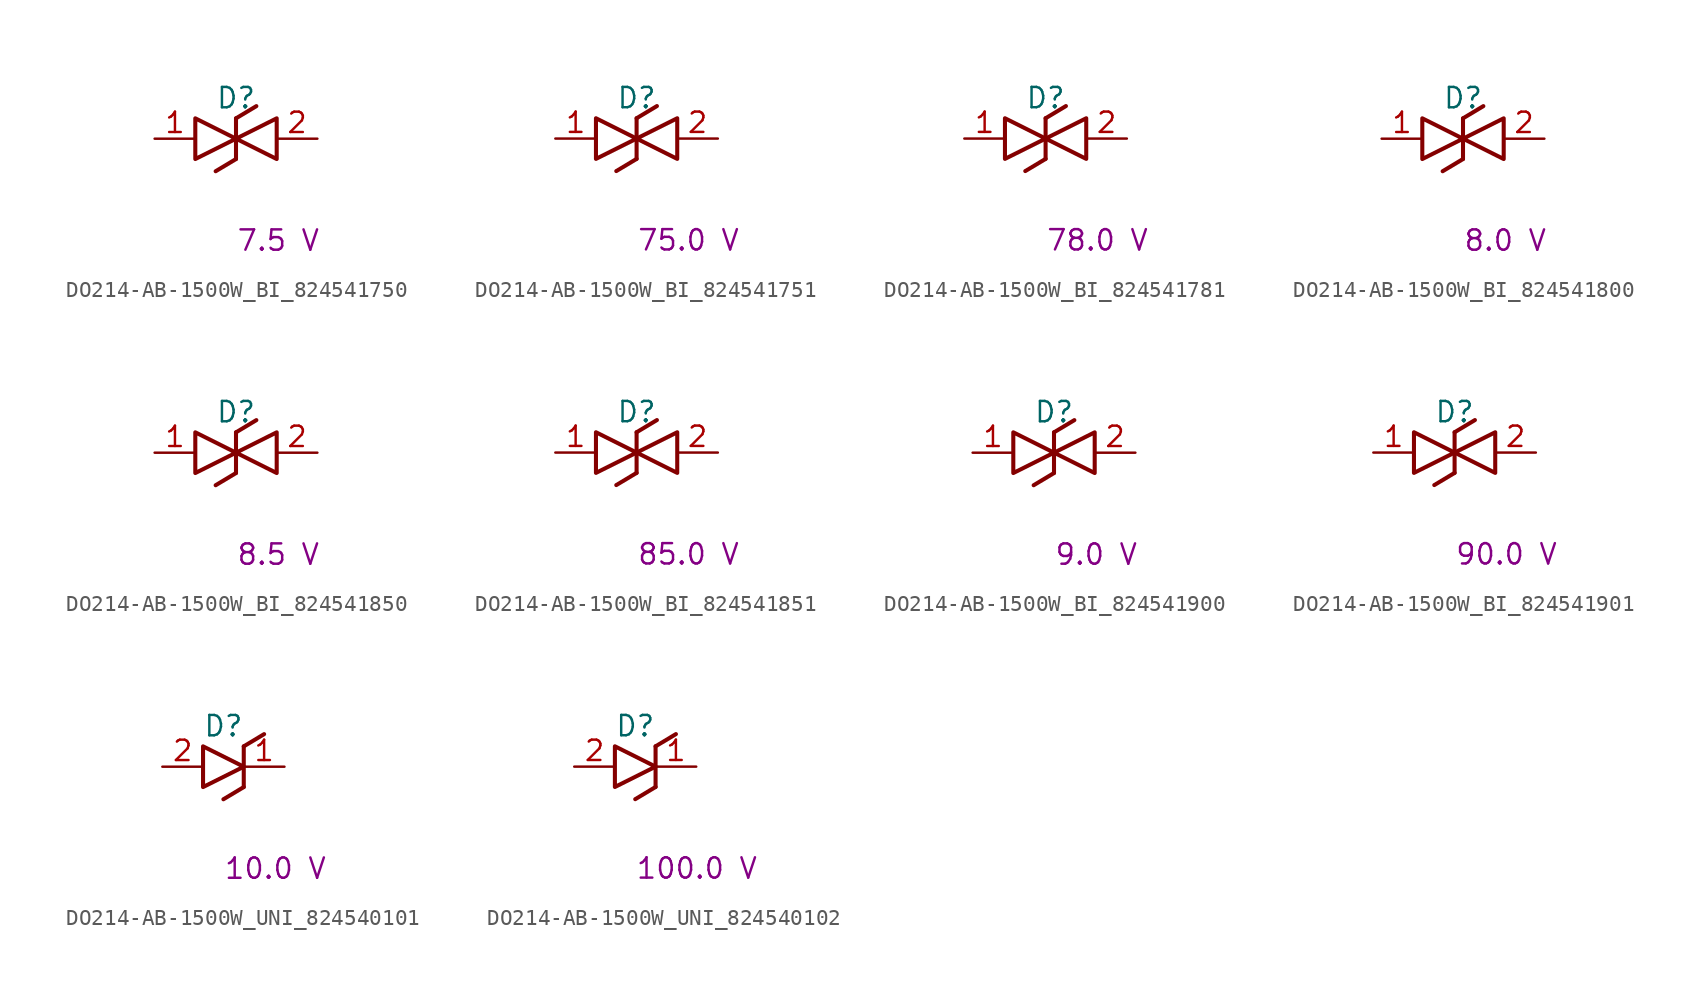
<source format=kicad_sym>
(kicad_symbol_lib
  (version 20220914)
  (generator kicad_symbol_editor)
  (symbol "DO214-AB-1500W_BI_824541750"
    (pin_names hide)
    (property "Reference" "D"
      (at 0 2.54 0)
      (effects (font (size 1.27 1.27))))
    (property "Critical Parameter" "7.5 V"
      (at 0 -6.35 0)
      (effects (font (size 1.27 1.27)) (justify left)))
    (symbol "DO214-AB-1500W_BI_824541750_0_1"
      (polyline (pts (xy -2.54 1.27) (xy -2.54 -1.27) (xy 2.54 1.27) (xy 2.54 -1.27) (xy -2.54 1.27)) (stroke (width 0.254) (type default)) (fill (type none))))
    (symbol "DO214-AB-1500W_BI_824541750_1_1"
      (polyline (pts (xy 0 -1.27) (xy -1.27 -2.032)) (stroke (width 0.254) (type default)) (fill (type none)))
      (polyline (pts (xy 0 1.27) (xy 0 -1.27)) (stroke (width 0.254) (type default)) (fill (type none)))
      (polyline (pts (xy 0 1.27) (xy 1.27 2.032)) (stroke (width 0.254) (type default)) (fill (type none)))
      (pin passive line (at -5.08 0 0) (length 2.54) (name "1" (effects (font (size 1.27 1.27)))) (number "1" (effects (font (size 1.27 1.27)))))
      (pin passive line (at 5.08 0 180) (length 2.54) (name "2" (effects (font (size 1.27 1.27)))) (number "2" (effects (font (size 1.27 1.27)))))))
  (symbol "DO214-AB-1500W_BI_824541751"
    (pin_names hide)
    (property "Reference" "D"
      (at 0 2.54 0)
      (effects (font (size 1.27 1.27))))
    (property "Critical Parameter" "75.0 V"
      (at 0 -6.35 0)
      (effects (font (size 1.27 1.27)) (justify left)))
    (symbol "DO214-AB-1500W_BI_824541751_0_1"
      (polyline (pts (xy -2.54 1.27) (xy -2.54 -1.27) (xy 2.54 1.27) (xy 2.54 -1.27) (xy -2.54 1.27)) (stroke (width 0.254) (type default)) (fill (type none))))
    (symbol "DO214-AB-1500W_BI_824541751_1_1"
      (polyline (pts (xy 0 -1.27) (xy -1.27 -2.032)) (stroke (width 0.254) (type default)) (fill (type none)))
      (polyline (pts (xy 0 1.27) (xy 0 -1.27)) (stroke (width 0.254) (type default)) (fill (type none)))
      (polyline (pts (xy 0 1.27) (xy 1.27 2.032)) (stroke (width 0.254) (type default)) (fill (type none)))
      (pin passive line (at -5.08 0 0) (length 2.54) (name "1" (effects (font (size 1.27 1.27)))) (number "1" (effects (font (size 1.27 1.27)))))
      (pin passive line (at 5.08 0 180) (length 2.54) (name "2" (effects (font (size 1.27 1.27)))) (number "2" (effects (font (size 1.27 1.27)))))))
  (symbol "DO214-AB-1500W_BI_824541781"
    (pin_names hide)
    (property "Reference" "D"
      (at 0 2.54 0)
      (effects (font (size 1.27 1.27))))
    (property "Critical Parameter" "78.0 V"
      (at 0 -6.35 0)
      (effects (font (size 1.27 1.27)) (justify left)))
    (symbol "DO214-AB-1500W_BI_824541781_0_1"
      (polyline (pts (xy -2.54 1.27) (xy -2.54 -1.27) (xy 2.54 1.27) (xy 2.54 -1.27) (xy -2.54 1.27)) (stroke (width 0.254) (type default)) (fill (type none))))
    (symbol "DO214-AB-1500W_BI_824541781_1_1"
      (polyline (pts (xy 0 -1.27) (xy -1.27 -2.032)) (stroke (width 0.254) (type default)) (fill (type none)))
      (polyline (pts (xy 0 1.27) (xy 0 -1.27)) (stroke (width 0.254) (type default)) (fill (type none)))
      (polyline (pts (xy 0 1.27) (xy 1.27 2.032)) (stroke (width 0.254) (type default)) (fill (type none)))
      (pin passive line (at -5.08 0 0) (length 2.54) (name "1" (effects (font (size 1.27 1.27)))) (number "1" (effects (font (size 1.27 1.27)))))
      (pin passive line (at 5.08 0 180) (length 2.54) (name "2" (effects (font (size 1.27 1.27)))) (number "2" (effects (font (size 1.27 1.27)))))))
  (symbol "DO214-AB-1500W_BI_824541800"
    (pin_names hide)
    (property "Reference" "D"
      (at 0 2.54 0)
      (effects (font (size 1.27 1.27))))
    (property "Critical Parameter" "8.0 V"
      (at 0 -6.35 0)
      (effects (font (size 1.27 1.27)) (justify left)))
    (symbol "DO214-AB-1500W_BI_824541800_0_1"
      (polyline (pts (xy -2.54 1.27) (xy -2.54 -1.27) (xy 2.54 1.27) (xy 2.54 -1.27) (xy -2.54 1.27)) (stroke (width 0.254) (type default)) (fill (type none))))
    (symbol "DO214-AB-1500W_BI_824541800_1_1"
      (polyline (pts (xy 0 -1.27) (xy -1.27 -2.032)) (stroke (width 0.254) (type default)) (fill (type none)))
      (polyline (pts (xy 0 1.27) (xy 0 -1.27)) (stroke (width 0.254) (type default)) (fill (type none)))
      (polyline (pts (xy 0 1.27) (xy 1.27 2.032)) (stroke (width 0.254) (type default)) (fill (type none)))
      (pin passive line (at -5.08 0 0) (length 2.54) (name "1" (effects (font (size 1.27 1.27)))) (number "1" (effects (font (size 1.27 1.27)))))
      (pin passive line (at 5.08 0 180) (length 2.54) (name "2" (effects (font (size 1.27 1.27)))) (number "2" (effects (font (size 1.27 1.27)))))))
  (symbol "DO214-AB-1500W_BI_824541850"
    (pin_names hide)
    (property "Reference" "D"
      (at 0 2.54 0)
      (effects (font (size 1.27 1.27))))
    (property "Critical Parameter" "8.5 V"
      (at 0 -6.35 0)
      (effects (font (size 1.27 1.27)) (justify left)))
    (symbol "DO214-AB-1500W_BI_824541850_0_1"
      (polyline (pts (xy -2.54 1.27) (xy -2.54 -1.27) (xy 2.54 1.27) (xy 2.54 -1.27) (xy -2.54 1.27)) (stroke (width 0.254) (type default)) (fill (type none))))
    (symbol "DO214-AB-1500W_BI_824541850_1_1"
      (polyline (pts (xy 0 -1.27) (xy -1.27 -2.032)) (stroke (width 0.254) (type default)) (fill (type none)))
      (polyline (pts (xy 0 1.27) (xy 0 -1.27)) (stroke (width 0.254) (type default)) (fill (type none)))
      (polyline (pts (xy 0 1.27) (xy 1.27 2.032)) (stroke (width 0.254) (type default)) (fill (type none)))
      (pin passive line (at -5.08 0 0) (length 2.54) (name "1" (effects (font (size 1.27 1.27)))) (number "1" (effects (font (size 1.27 1.27)))))
      (pin passive line (at 5.08 0 180) (length 2.54) (name "2" (effects (font (size 1.27 1.27)))) (number "2" (effects (font (size 1.27 1.27)))))))
  (symbol "DO214-AB-1500W_BI_824541851"
    (pin_names hide)
    (property "Reference" "D"
      (at 0 2.54 0)
      (effects (font (size 1.27 1.27))))
    (property "Critical Parameter" "85.0 V"
      (at 0 -6.35 0)
      (effects (font (size 1.27 1.27)) (justify left)))
    (symbol "DO214-AB-1500W_BI_824541851_0_1"
      (polyline (pts (xy -2.54 1.27) (xy -2.54 -1.27) (xy 2.54 1.27) (xy 2.54 -1.27) (xy -2.54 1.27)) (stroke (width 0.254) (type default)) (fill (type none))))
    (symbol "DO214-AB-1500W_BI_824541851_1_1"
      (polyline (pts (xy 0 -1.27) (xy -1.27 -2.032)) (stroke (width 0.254) (type default)) (fill (type none)))
      (polyline (pts (xy 0 1.27) (xy 0 -1.27)) (stroke (width 0.254) (type default)) (fill (type none)))
      (polyline (pts (xy 0 1.27) (xy 1.27 2.032)) (stroke (width 0.254) (type default)) (fill (type none)))
      (pin passive line (at -5.08 0 0) (length 2.54) (name "1" (effects (font (size 1.27 1.27)))) (number "1" (effects (font (size 1.27 1.27)))))
      (pin passive line (at 5.08 0 180) (length 2.54) (name "2" (effects (font (size 1.27 1.27)))) (number "2" (effects (font (size 1.27 1.27)))))))
  (symbol "DO214-AB-1500W_BI_824541900"
    (pin_names hide)
    (property "Reference" "D"
      (at 0 2.54 0)
      (effects (font (size 1.27 1.27))))
    (property "Critical Parameter" "9.0 V"
      (at 0 -6.35 0)
      (effects (font (size 1.27 1.27)) (justify left)))
    (symbol "DO214-AB-1500W_BI_824541900_0_1"
      (polyline (pts (xy -2.54 1.27) (xy -2.54 -1.27) (xy 2.54 1.27) (xy 2.54 -1.27) (xy -2.54 1.27)) (stroke (width 0.254) (type default)) (fill (type none))))
    (symbol "DO214-AB-1500W_BI_824541900_1_1"
      (polyline (pts (xy 0 -1.27) (xy -1.27 -2.032)) (stroke (width 0.254) (type default)) (fill (type none)))
      (polyline (pts (xy 0 1.27) (xy 0 -1.27)) (stroke (width 0.254) (type default)) (fill (type none)))
      (polyline (pts (xy 0 1.27) (xy 1.27 2.032)) (stroke (width 0.254) (type default)) (fill (type none)))
      (pin passive line (at -5.08 0 0) (length 2.54) (name "1" (effects (font (size 1.27 1.27)))) (number "1" (effects (font (size 1.27 1.27)))))
      (pin passive line (at 5.08 0 180) (length 2.54) (name "2" (effects (font (size 1.27 1.27)))) (number "2" (effects (font (size 1.27 1.27)))))))
  (symbol "DO214-AB-1500W_BI_824541901"
    (pin_names hide)
    (property "Reference" "D"
      (at 0 2.54 0)
      (effects (font (size 1.27 1.27))))
    (property "Critical Parameter" "90.0 V"
      (at 0 -6.35 0)
      (effects (font (size 1.27 1.27)) (justify left)))
    (symbol "DO214-AB-1500W_BI_824541901_0_1"
      (polyline (pts (xy -2.54 1.27) (xy -2.54 -1.27) (xy 2.54 1.27) (xy 2.54 -1.27) (xy -2.54 1.27)) (stroke (width 0.254) (type default)) (fill (type none))))
    (symbol "DO214-AB-1500W_BI_824541901_1_1"
      (polyline (pts (xy 0 -1.27) (xy -1.27 -2.032)) (stroke (width 0.254) (type default)) (fill (type none)))
      (polyline (pts (xy 0 1.27) (xy 0 -1.27)) (stroke (width 0.254) (type default)) (fill (type none)))
      (polyline (pts (xy 0 1.27) (xy 1.27 2.032)) (stroke (width 0.254) (type default)) (fill (type none)))
      (pin passive line (at -5.08 0 0) (length 2.54) (name "1" (effects (font (size 1.27 1.27)))) (number "1" (effects (font (size 1.27 1.27)))))
      (pin passive line (at 5.08 0 180) (length 2.54) (name "2" (effects (font (size 1.27 1.27)))) (number "2" (effects (font (size 1.27 1.27)))))))
  (symbol "DO214-AB-1500W_UNI_824540101"
    (pin_names hide)
    (property "Reference" "D"
      (at 0 2.54 0)
      (effects (font (size 1.27 1.27))))
    (property "Critical Parameter" "10.0 V"
      (at 0 -6.35 0)
      (effects (font (size 1.27 1.27)) (justify left)))
    (symbol "DO214-AB-1500W_UNI_824540101_1_1"
      (polyline (pts (xy 1.27 -1.27) (xy 0 -2.032)) (stroke (width 0.254) (type default)) (fill (type none)))
      (polyline (pts (xy 1.27 1.27) (xy 1.27 -1.27)) (stroke (width 0.254) (type default)) (fill (type none)))
      (polyline (pts (xy 1.27 1.27) (xy 2.54 2.032)) (stroke (width 0.254) (type default)) (fill (type none)))
      (polyline (pts (xy -1.27 1.27) (xy -1.27 -1.27) (xy 1.27 0) (xy -1.27 1.27)) (stroke (width 0.254) (type default)) (fill (type none)))
      (pin passive line (at -3.81 0 0) (length 2.54) (name "Anode" (effects (font (size 1.27 1.27)))) (number "2" (effects (font (size 1.27 1.27)))))
      (pin passive line (at 3.81 0 180) (length 2.54) (name "Cathode" (effects (font (size 1.27 1.27)))) (number "1" (effects (font (size 1.27 1.27)))))))
  (symbol "DO214-AB-1500W_UNI_824540102"
    (pin_names hide)
    (property "Reference" "D"
      (at 0 2.54 0)
      (effects (font (size 1.27 1.27))))
    (property "Critical Parameter" "100.0 V"
      (at 0 -6.35 0)
      (effects (font (size 1.27 1.27)) (justify left)))
    (symbol "DO214-AB-1500W_UNI_824540102_1_1"
      (polyline (pts (xy 1.27 -1.27) (xy 0 -2.032)) (stroke (width 0.254) (type default)) (fill (type none)))
      (polyline (pts (xy 1.27 1.27) (xy 1.27 -1.27)) (stroke (width 0.254) (type default)) (fill (type none)))
      (polyline (pts (xy 1.27 1.27) (xy 2.54 2.032)) (stroke (width 0.254) (type default)) (fill (type none)))
      (polyline (pts (xy -1.27 1.27) (xy -1.27 -1.27) (xy 1.27 0) (xy -1.27 1.27)) (stroke (width 0.254) (type default)) (fill (type none)))
      (pin passive line (at -3.81 0 0) (length 2.54) (name "Anode" (effects (font (size 1.27 1.27)))) (number "2" (effects (font (size 1.27 1.27)))))
      (pin passive line (at 3.81 0 180) (length 2.54) (name "Cathode" (effects (font (size 1.27 1.27)))) (number "1" (effects (font (size 1.27 1.27))))))))
</source>
